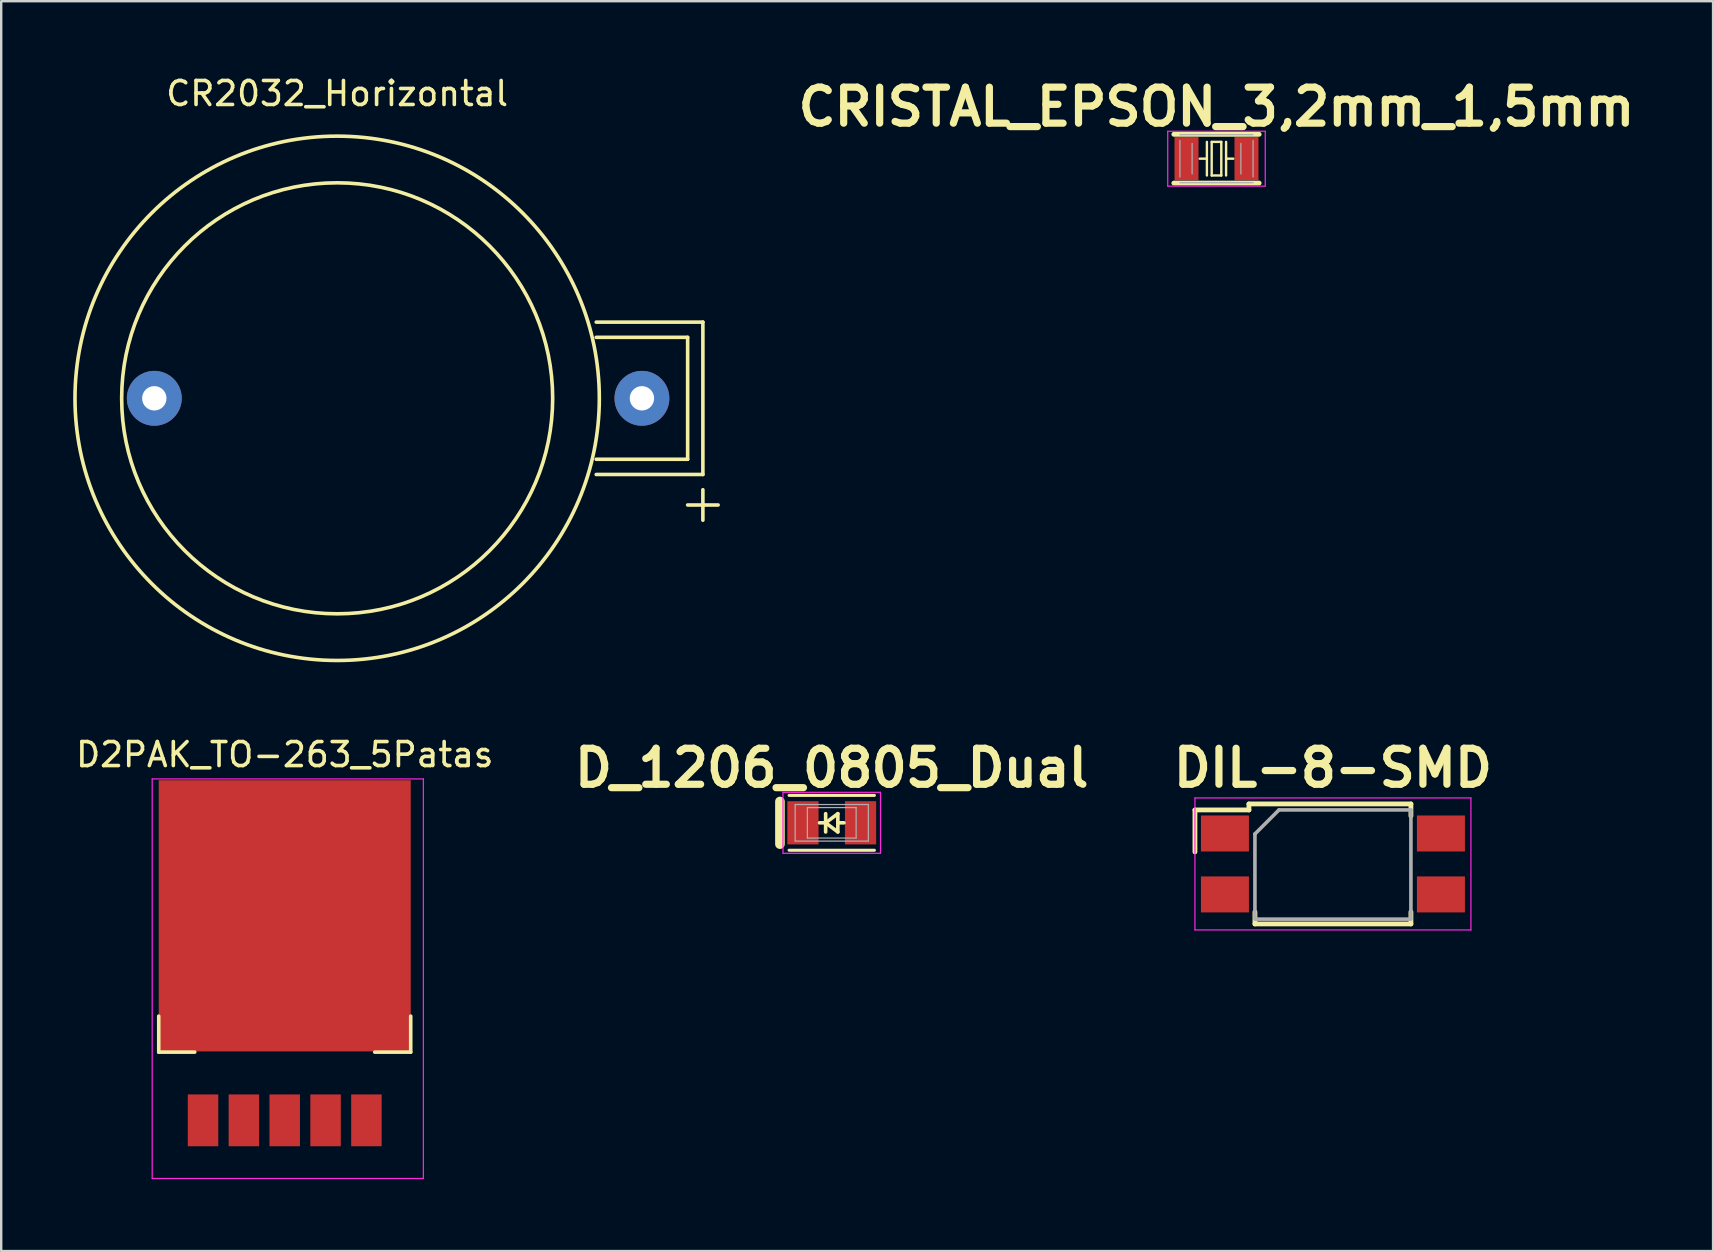
<source format=kicad_pcb>
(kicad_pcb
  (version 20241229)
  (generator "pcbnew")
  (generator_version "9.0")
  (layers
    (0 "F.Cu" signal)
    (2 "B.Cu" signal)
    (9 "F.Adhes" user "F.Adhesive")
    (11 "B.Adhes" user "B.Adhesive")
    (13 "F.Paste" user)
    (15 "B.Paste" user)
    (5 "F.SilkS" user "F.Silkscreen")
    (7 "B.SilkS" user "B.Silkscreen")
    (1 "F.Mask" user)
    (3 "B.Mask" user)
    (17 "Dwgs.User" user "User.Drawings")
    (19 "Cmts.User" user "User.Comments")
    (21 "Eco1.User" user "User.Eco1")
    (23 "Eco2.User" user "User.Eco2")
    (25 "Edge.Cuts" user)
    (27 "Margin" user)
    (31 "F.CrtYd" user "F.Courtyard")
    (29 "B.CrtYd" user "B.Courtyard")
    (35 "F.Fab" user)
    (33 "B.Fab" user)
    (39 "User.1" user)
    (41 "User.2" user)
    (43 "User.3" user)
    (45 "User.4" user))
  (footprint "CR2032_Horizontal"
    (layer "F.Cu")
    (at 11 13.548)
    (property "Reference" "CR2032_Horizontal" (at 0 -12.7 0) (layer "F.SilkS") (effects (font (size 1 1) (thickness 0.15))))
    (attr through_hole)
    (fp_line (start 10.795 2.54) (end 14.605 2.54) (stroke (width 0.15) (type solid)) (layer "F.SilkS"))
    (fp_line (start 10.795 3.175) (end 15.24 3.175) (stroke (width 0.15) (type solid)) (layer "F.SilkS"))
    (fp_line (start 14.605 -2.54) (end 10.795 -2.54) (stroke (width 0.15) (type solid)) (layer "F.SilkS"))
    (fp_line (start 14.605 -2.54) (end 14.605 2.54) (stroke (width 0.15) (type solid)) (layer "F.SilkS"))
    (fp_line (start 14.605 4.445) (end 15.875 4.445) (stroke (width 0.15) (type solid)) (layer "F.SilkS"))
    (fp_line (start 15.24 -3.175) (end 10.795 -3.175) (stroke (width 0.15) (type solid)) (layer "F.SilkS"))
    (fp_line (start 15.24 -3.175) (end 15.24 3.175) (stroke (width 0.15) (type solid)) (layer "F.SilkS"))
    (fp_line (start 15.24 3.81) (end 15.24 5.08) (stroke (width 0.15) (type solid)) (layer "F.SilkS"))
    (fp_circle (center 0 0) (end -1.27 -8.89) (stroke (width 0.15) (type solid)) (fill no) (layer "F.SilkS"))
    (fp_circle (center 0 0) (end 6.35 8.89) (stroke (width 0.15) (type solid)) (fill no) (layer "F.SilkS"))
    (pad "1" thru_hole circle (at 12.7 0) (size 2.286 2.286) (drill 1.016) (layers "*.Cu" "*.Mask"))
    (pad "2" thru_hole circle (at -7.62 0) (size 2.286 2.286) (drill 1.016) (layers "*.Cu" "*.Mask")))
  (footprint "DIL-8-SMD"
    (layer "F.Cu")
    (at 52.495 32.952)
    (property "Reference" "DIL-8-SMD" (at 0 -4 0) (layer "F.SilkS") (effects (font (size 1.5 1.5) (thickness 0.3))))
    (attr smd)
    (fp_line (start -5.75 -2.25) (end -5.75 -0.5) (stroke (width 0.2) (type solid)) (layer "F.SilkS"))
    (fp_line (start -3.5 -2.5) (end -3.5 -2.25) (stroke (width 0.2) (type solid)) (layer "F.SilkS"))
    (fp_line (start -3.5 -2.5) (end 3.25 -2.5) (stroke (width 0.2) (type solid)) (layer "F.SilkS"))
    (fp_line (start -3.5 -2.25) (end -5.75 -2.25) (stroke (width 0.2) (type solid)) (layer "F.SilkS"))
    (fp_line (start -3.25 2.5) (end -3.25 2) (stroke (width 0.2) (type solid)) (layer "F.SilkS"))
    (fp_line (start -3.25 2.5) (end 3.25 2.5) (stroke (width 0.2) (type solid)) (layer "F.SilkS"))
    (fp_line (start 3.25 -2.5) (end 3.25 -2) (stroke (width 0.2) (type solid)) (layer "F.SilkS"))
    (fp_line (start 3.25 2.5) (end 3.25 2) (stroke (width 0.2) (type solid)) (layer "F.SilkS"))
    (fp_line (start -5.75 -2.75) (end -5.75 2.75) (stroke (width 0.05) (type solid)) (layer "F.CrtYd"))
    (fp_line (start -5.75 -2.75) (end 5.75 -2.75) (stroke (width 0.05) (type solid)) (layer "F.CrtYd"))
    (fp_line (start -5.75 2.75) (end 5.75 2.75) (stroke (width 0.05) (type solid)) (layer "F.CrtYd"))
    (fp_line (start 5.75 -2.75) (end 5.75 2.75) (stroke (width 0.05) (type solid)) (layer "F.CrtYd"))
    (fp_line (start -3.25 -1.25) (end -2.25 -2.25) (stroke (width 0.15) (type solid)) (layer "F.Fab"))
    (fp_line (start -3.25 2.25) (end -3.25 -1.25) (stroke (width 0.15) (type solid)) (layer "F.Fab"))
    (fp_line (start -2.25 -2.25) (end 3.25 -2.25) (stroke (width 0.15) (type solid)) (layer "F.Fab"))
    (fp_line (start 3.25 -2.25) (end 3.25 2.25) (stroke (width 0.15) (type solid)) (layer "F.Fab"))
    (fp_line (start 3.25 2.3) (end -3.25 2.3) (stroke (width 0.15) (type solid)) (layer "F.Fab"))
    (pad "1" smd rect (at -4.5 -1.27) (size 2 1.5) (layers "F.Cu" "F.Mask" "F.Paste"))
    (pad "2" smd rect (at -4.5 1.27) (size 2 1.5) (layers "F.Cu" "F.Mask" "F.Paste"))
    (pad "3" smd rect (at 4.5 1.27) (size 2 1.5) (layers "F.Cu" "F.Mask" "F.Paste"))
    (pad "4" smd rect (at 4.5 -1.27) (size 2 1.5) (layers "F.Cu" "F.Mask" "F.Paste")))
  (footprint "D_1206_0805_Dual"
    (layer "F.Cu")
    (at 31.61 31.238)
    (property "Reference" "D_1206_0805_Dual" (at 0 -2.286 0) (layer "F.SilkS") (effects (font (size 1.5 1.5) (thickness 0.3))))
    (attr smd)
    (fp_line (start -2.159 -0.889) (end -2.159 0.889) (stroke (width 0.4) (type solid)) (layer "F.SilkS"))
    (fp_line (start -1.778 -1.143) (end 1.778 -1.143) (stroke (width 0.127) (type solid)) (layer "F.SilkS"))
    (fp_line (start -1.778 1.143) (end 1.778 1.143) (stroke (width 0.127) (type solid)) (layer "F.SilkS"))
    (fp_line (start -0.254 -0.381) (end -0.254 0.381) (stroke (width 0.15) (type solid)) (layer "F.SilkS"))
    (fp_line (start -0.254 0) (end -0.508 0) (stroke (width 0.15) (type solid)) (layer "F.SilkS"))
    (fp_line (start -0.254 0) (end 0.254 0.381) (stroke (width 0.15) (type solid)) (layer "F.SilkS"))
    (fp_line (start 0.254 -0.381) (end -0.254 0) (stroke (width 0.15) (type solid)) (layer "F.SilkS"))
    (fp_line (start 0.254 -0.381) (end 0.254 0.381) (stroke (width 0.15) (type solid)) (layer "F.SilkS"))
    (fp_line (start 0.254 0) (end 0.508 0) (stroke (width 0.15) (type solid)) (layer "F.SilkS"))
    (fp_line (start -2.032 -1.27) (end -2.032 1.27) (stroke (width 0.051) (type solid)) (layer "F.CrtYd"))
    (fp_line (start -2.032 -1.27) (end 2.032 -1.27) (stroke (width 0.051) (type solid)) (layer "F.CrtYd"))
    (fp_line (start -2.032 1.27) (end 2.032 1.27) (stroke (width 0.051) (type solid)) (layer "F.CrtYd"))
    (fp_line (start 2.032 -1.27) (end 2.032 1.27) (stroke (width 0.051) (type solid)) (layer "F.CrtYd"))
    (fp_line (start -1.524 -0.762) (end 1.524 -0.762) (stroke (width 0.051) (type solid)) (layer "F.Fab"))
    (fp_line (start -1.524 0.762) (end -1.524 -0.762) (stroke (width 0.051) (type solid)) (layer "F.Fab"))
    (fp_line (start -1.016 0.635) (end -1.016 -0.635) (stroke (width 0.051) (type solid)) (layer "F.Fab"))
    (fp_line (start 1.016 -0.635) (end -1.016 -0.635) (stroke (width 0.051) (type solid)) (layer "F.Fab"))
    (fp_line (start 1.016 0.635) (end -1.016 0.635) (stroke (width 0.051) (type solid)) (layer "F.Fab"))
    (fp_line (start 1.016 0.635) (end 1.016 -0.635) (stroke (width 0.051) (type solid)) (layer "F.Fab"))
    (fp_line (start 1.524 -0.762) (end 1.524 0.762) (stroke (width 0.051) (type solid)) (layer "F.Fab"))
    (fp_line (start 1.524 0.762) (end -1.524 0.762) (stroke (width 0.051) (type solid)) (layer "F.Fab"))
    (pad "1" smd rect (at -1.2 0) (size 1.3 1.8) (layers "F.Cu" "F.Mask" "F.Paste"))
    (pad "2" smd rect (at 1.2 0) (size 1.3 1.8) (layers "F.Cu" "F.Mask" "F.Paste")))
  (footprint "CRISTAL_EPSON_3,2mm_1,5mm"
    (layer "F.Cu")
    (at 47.643 3.563)
    (property "Reference" "CRISTAL_EPSON_3,2mm_1,5mm" (at 0 -2.159 0) (layer "F.SilkS") (effects (font (size 1.5 1.5) (thickness 0.3))))
    (attr smd)
    (fp_line (start -1.778 -1.016) (end 1.778 -1.016) (stroke (width 0.2) (type solid)) (layer "F.SilkS"))
    (fp_line (start -1.778 1.016) (end 1.778 1.016) (stroke (width 0.2) (type solid)) (layer "F.SilkS"))
    (fp_line (start -0.7 0) (end -0.4 0) (stroke (width 0.1) (type solid)) (layer "F.SilkS"))
    (fp_line (start -0.4 -0.7) (end -0.4 0.7) (stroke (width 0.1) (type solid)) (layer "F.SilkS"))
    (fp_line (start -0.2 -0.7) (end -0.2 0.7) (stroke (width 0.1) (type solid)) (layer "F.SilkS"))
    (fp_line (start -0.2 0.7) (end 0.2 0.7) (stroke (width 0.1) (type solid)) (layer "F.SilkS"))
    (fp_line (start 0.2 -0.7) (end -0.2 -0.7) (stroke (width 0.1) (type solid)) (layer "F.SilkS"))
    (fp_line (start 0.2 0.7) (end 0.2 -0.7) (stroke (width 0.1) (type solid)) (layer "F.SilkS"))
    (fp_line (start 0.4 -0.7) (end 0.4 0.7) (stroke (width 0.1) (type solid)) (layer "F.SilkS"))
    (fp_line (start 0.4 0) (end 0.7 0) (stroke (width 0.1) (type solid)) (layer "F.SilkS"))
    (fp_line (start -2.032 -1.143) (end -2.032 1.143) (stroke (width 0.051) (type solid)) (layer "F.CrtYd"))
    (fp_line (start -2.032 -1.143) (end 2.032 -1.143) (stroke (width 0.051) (type solid)) (layer "F.CrtYd"))
    (fp_line (start -2.032 1.143) (end 2.032 1.143) (stroke (width 0.051) (type solid)) (layer "F.CrtYd"))
    (fp_line (start 2.032 -1.143) (end 2.032 1.143) (stroke (width 0.051) (type solid)) (layer "F.CrtYd"))
    (fp_line (start -1.524 -1) (end 1.524 -1) (stroke (width 0.051) (type solid)) (layer "F.Fab"))
    (fp_line (start -1.524 0.762) (end -1.524 -0.762) (stroke (width 0.051) (type solid)) (layer "F.Fab"))
    (fp_line (start -1.016 0.635) (end -1.016 -0.635) (stroke (width 0.051) (type solid)) (layer "F.Fab"))
    (fp_line (start 1.016 0.635) (end 1.016 -0.635) (stroke (width 0.051) (type solid)) (layer "F.Fab"))
    (fp_line (start 1.524 -0.762) (end 1.524 0.762) (stroke (width 0.051) (type solid)) (layer "F.Fab"))
    (fp_line (start 1.524 1) (end -1.524 1) (stroke (width 0.051) (type solid)) (layer "F.Fab"))
    (pad "1" smd rect (at -1.25 0) (size 1 1.8) (layers "F.Cu" "F.Mask" "F.Paste"))
    (pad "2" smd rect (at 1.25 0) (size 1 1.8) (layers "F.Cu" "F.Mask" "F.Paste")))
  (footprint "D2PAK_TO-263_5Patas"
    (layer "F.Cu")
    (at 8.815 37.794)
    (property "Reference" "D2PAK_TO-263_5Patas" (at 0 -9.398 180) (layer "F.SilkS") (effects (font (size 1 1) (thickness 0.15))))
    (attr smd)
    (fp_line (start -5.25 3) (end -5.25 1.5) (stroke (width 0.15) (type solid)) (layer "F.SilkS"))
    (fp_line (start -5.25 3) (end -3.75 3) (stroke (width 0.15) (type solid)) (layer "F.SilkS"))
    (fp_line (start 5.25 3) (end 3.75 3) (stroke (width 0.15) (type solid)) (layer "F.SilkS"))
    (fp_line (start 5.25 3) (end 5.25 1.5) (stroke (width 0.15) (type solid)) (layer "F.SilkS"))
    (fp_line (start -5.523 -8.385) (end -5.523 8.265) (stroke (width 0.05) (type solid)) (layer "F.CrtYd"))
    (fp_line (start -5.523 -8.385) (end 5.777 -8.385) (stroke (width 0.05) (type solid)) (layer "F.CrtYd"))
    (fp_line (start -5.523 8.265) (end 5.777 8.265) (stroke (width 0.05) (type solid)) (layer "F.CrtYd"))
    (fp_line (start 5.777 -8.385) (end 5.777 8.265) (stroke (width 0.05) (type solid)) (layer "F.CrtYd"))
    (pad "1" smd rect (at -3.404 5.842) (size 1.27 2.159) (layers "F.Cu" "F.Mask" "F.Paste"))
    (pad "2" smd rect (at -1.702 5.842) (size 1.27 2.159) (layers "F.Cu" "F.Mask" "F.Paste"))
    (pad "3" smd rect (at 0 -2.68) (size 10.5 11.3) (layers "F.Cu" "F.Mask" "F.Paste"))
    (pad "3" smd rect (at 0 5.842) (size 1.27 2.159) (layers "F.Cu" "F.Mask" "F.Paste"))
    (pad "4" smd rect (at 1.702 5.842) (size 1.27 2.159) (layers "F.Cu" "F.Mask" "F.Paste"))
    (pad "5" smd rect (at 3.404 5.842) (size 1.27 2.159) (layers "F.Cu" "F.Mask" "F.Paste")))
  (gr_rect
    (start -3 -3)
    (end 68.336 49.084)
    (stroke (width 0.1) (type default))
    (fill no)
    (layer "Edge.Cuts")))
</source>
